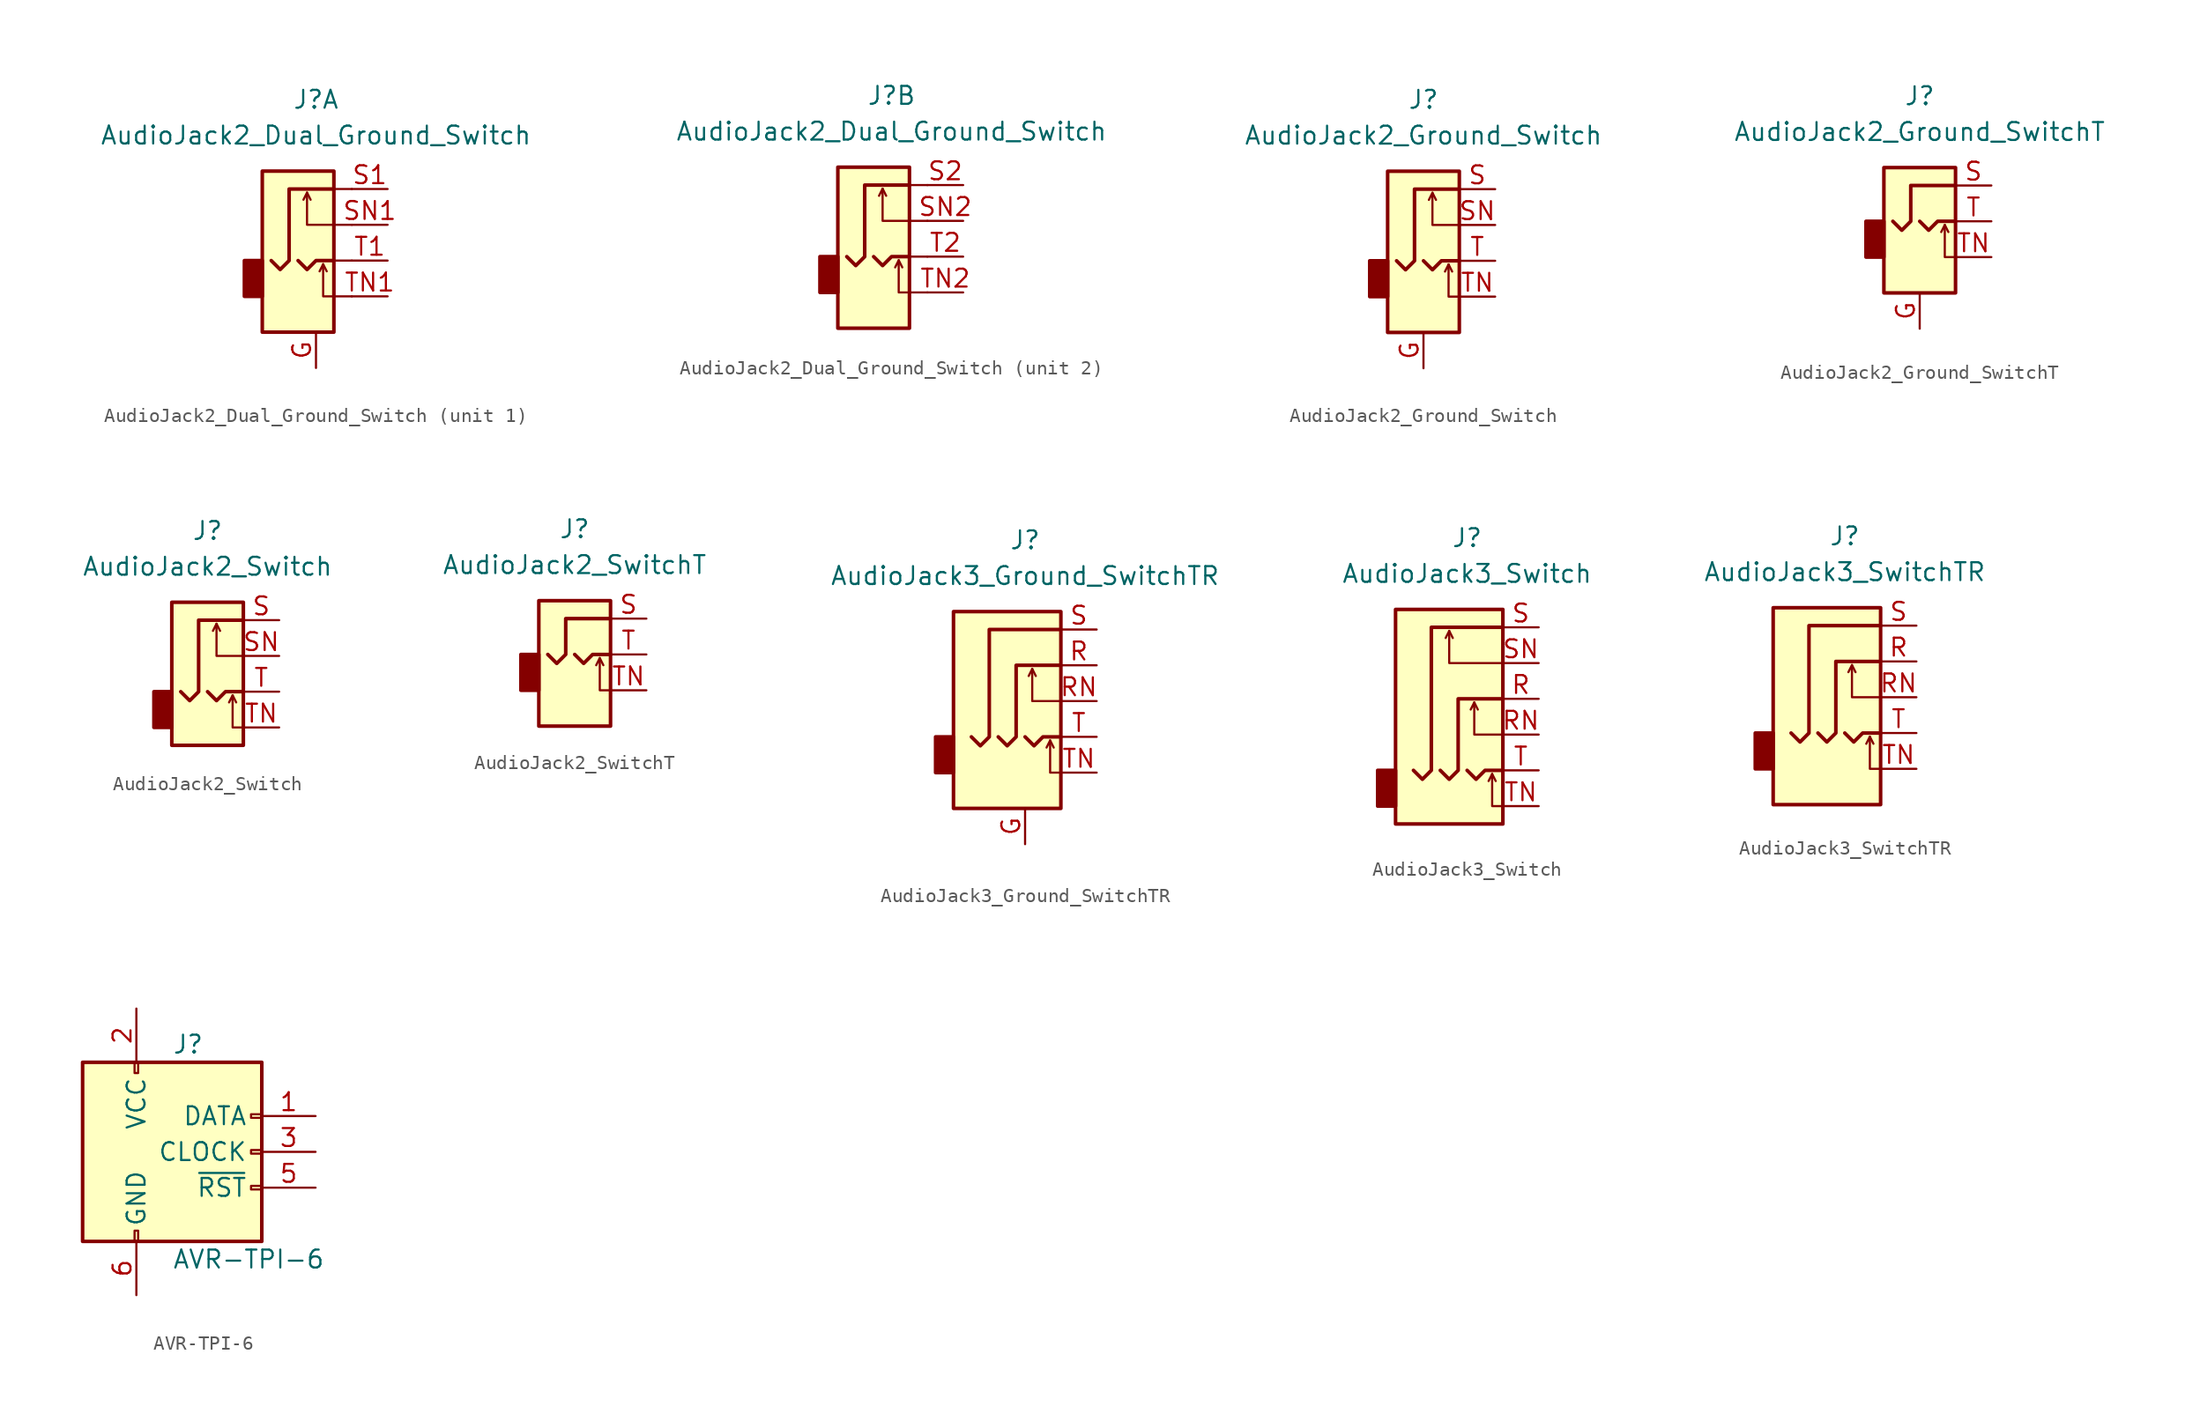
<source format=kicad_sym>
(kicad_symbol_lib
  (version 20201005)
  (generator kicad_symbol_editor)
  (symbol "AudioJack2_Dual_Ground_Switch"
    (property "Reference" "J"
      (at 0 11.43 0)
      (effects (font (size 1.27 1.27))))
    (property "Value" "AudioJack2_Dual_Ground_Switch"
      (at 0 8.89 0)
      (effects (font (size 1.27 1.27))))
    (symbol "AudioJack2_Dual_Ground_Switch_0_1"
      (rectangle (start -5.08 0) (end -3.81 -2.54) (stroke (width 0.254)) (fill (type outline)))
      (rectangle (start 1.27 6.35) (end -3.81 -5.08) (stroke (width 0.254)) (fill (type background)))
      (polyline (pts (xy -0.635 4.826) (xy -0.381 4.318)) (stroke (width 0)) (fill (type none)))
      (polyline (pts (xy 0.508 -0.254) (xy 0.762 -0.762)) (stroke (width 0)) (fill (type none)))
      (polyline (pts (xy 1.27 -2.54) (xy 2.54 -2.54)) (stroke (width 0)) (fill (type none)))
      (polyline (pts (xy 1.27 2.54) (xy 2.54 2.54)) (stroke (width 0)) (fill (type none)))
      (polyline (pts (xy 2.54 0) (xy 1.27 0)) (stroke (width 0)) (fill (type none)))
      (polyline (pts (xy 2.54 5.08) (xy 1.27 5.08)) (stroke (width 0)) (fill (type none)))
      (polyline (pts (xy -1.27 0) (xy -0.635 -0.635) (xy 0 0) (xy 1.27 0)) (stroke (width 0.254)) (fill (type none)))
      (polyline (pts (xy 1.27 -2.54) (xy 0.508 -2.54) (xy 0.508 -0.254) (xy 0.254 -0.762)) (stroke (width 0)) (fill (type none)))
      (polyline (pts (xy 1.27 2.54) (xy -0.635 2.54) (xy -0.635 4.826) (xy -0.889 4.318)) (stroke (width 0)) (fill (type none)))
      (polyline (pts (xy 1.27 5.08) (xy -1.905 5.08) (xy -1.905 0) (xy -2.54 -0.635) (xy -3.175 0)) (stroke (width 0.254)) (fill (type none))))
    (symbol "AudioJack2_Dual_Ground_Switch_1_1"
      (pin passive line (at 0 -7.62 90) (length 2.54) (name "~" (effects (font (size 1.27 1.27)))) (number "G" (effects (font (size 1.27 1.27)))))
      (pin passive line (at 5.08 5.08 180) (length 2.54) (name "~" (effects (font (size 1.27 1.27)))) (number "S1" (effects (font (size 1.27 1.27)))))
      (pin passive line (at 5.08 2.54 180) (length 2.54) (name "~" (effects (font (size 1.27 1.27)))) (number "SN1" (effects (font (size 1.27 1.27)))))
      (pin passive line (at 5.08 0 180) (length 2.54) (name "~" (effects (font (size 1.27 1.27)))) (number "T1" (effects (font (size 1.27 1.27)))))
      (pin passive line (at 5.08 -2.54 180) (length 2.54) (name "~" (effects (font (size 1.27 1.27)))) (number "TN1" (effects (font (size 1.27 1.27))))))
    (symbol "AudioJack2_Dual_Ground_Switch_2_1"
      (pin passive line (at 5.08 5.08 180) (length 2.54) (name "~" (effects (font (size 1.27 1.27)))) (number "S2" (effects (font (size 1.27 1.27)))))
      (pin passive line (at 5.08 2.54 180) (length 2.54) (name "~" (effects (font (size 1.27 1.27)))) (number "SN2" (effects (font (size 1.27 1.27)))))
      (pin passive line (at 5.08 0 180) (length 2.54) (name "~" (effects (font (size 1.27 1.27)))) (number "T2" (effects (font (size 1.27 1.27)))))
      (pin passive line (at 5.08 -2.54 180) (length 2.54) (name "~" (effects (font (size 1.27 1.27)))) (number "TN2" (effects (font (size 1.27 1.27)))))))
  (symbol "AudioJack2_Ground_Switch"
    (property "Reference" "J"
      (at 0 11.43 0)
      (effects (font (size 1.27 1.27))))
    (property "Value" "AudioJack2_Ground_Switch"
      (at 0 8.89 0)
      (effects (font (size 1.27 1.27))))
    (symbol "AudioJack2_Ground_Switch_0_1"
      (rectangle (start -2.54 -2.54) (end -3.81 0) (stroke (width 0.254)) (fill (type outline)))
      (rectangle (start 2.54 6.35) (end -2.54 -5.08) (stroke (width 0.254)) (fill (type background))))
    (symbol "AudioJack2_Ground_Switch_1_1"
      (polyline (pts (xy 0.635 4.826) (xy 0.889 4.318)) (stroke (width 0)) (fill (type none)))
      (polyline (pts (xy 1.778 -0.254) (xy 2.032 -0.762)) (stroke (width 0)) (fill (type none)))
      (polyline (pts (xy 0 0) (xy 0.635 -0.635) (xy 1.27 0) (xy 2.54 0)) (stroke (width 0.254)) (fill (type none)))
      (polyline (pts (xy 2.54 -2.54) (xy 1.778 -2.54) (xy 1.778 -0.254) (xy 1.524 -0.762)) (stroke (width 0)) (fill (type none)))
      (polyline (pts (xy 2.54 2.54) (xy 0.635 2.54) (xy 0.635 4.826) (xy 0.381 4.318)) (stroke (width 0)) (fill (type none)))
      (polyline (pts (xy 2.54 5.08) (xy -0.635 5.08) (xy -0.635 0) (xy -1.27 -0.635) (xy -1.905 0)) (stroke (width 0.254)) (fill (type none)))
      (pin passive line (at 0 -7.62 90) (length 2.54) (name "~" (effects (font (size 1.27 1.27)))) (number "G" (effects (font (size 1.27 1.27)))))
      (pin passive line (at 5.08 5.08 180) (length 2.54) (name "~" (effects (font (size 1.27 1.27)))) (number "S" (effects (font (size 1.27 1.27)))))
      (pin passive line (at 5.08 2.54 180) (length 2.54) (name "~" (effects (font (size 1.27 1.27)))) (number "SN" (effects (font (size 1.27 1.27)))))
      (pin passive line (at 5.08 0 180) (length 2.54) (name "~" (effects (font (size 1.27 1.27)))) (number "T" (effects (font (size 1.27 1.27)))))
      (pin passive line (at 5.08 -2.54 180) (length 2.54) (name "~" (effects (font (size 1.27 1.27)))) (number "TN" (effects (font (size 1.27 1.27)))))))
  (symbol "AudioJack2_Ground_SwitchT"
    (property "Reference" "J"
      (at 0 8.89 0)
      (effects (font (size 1.27 1.27))))
    (property "Value" "AudioJack2_Ground_SwitchT"
      (at 0 6.35 0)
      (effects (font (size 1.27 1.27))))
    (symbol "AudioJack2_Ground_SwitchT_0_1"
      (rectangle (start -2.54 0) (end -3.81 -2.54) (stroke (width 0.254)) (fill (type outline)))
      (rectangle (start 2.54 3.81) (end -2.54 -5.08) (stroke (width 0.254)) (fill (type background)))
      (polyline (pts (xy 1.778 -0.254) (xy 2.032 -0.762)) (stroke (width 0)) (fill (type none)))
      (polyline (pts (xy 0 0) (xy 0.635 -0.635) (xy 1.27 0) (xy 2.54 0)) (stroke (width 0.254)) (fill (type none)))
      (polyline (pts (xy 2.54 -2.54) (xy 1.778 -2.54) (xy 1.778 -0.254) (xy 1.524 -0.762)) (stroke (width 0)) (fill (type none)))
      (polyline (pts (xy 2.54 2.54) (xy -0.635 2.54) (xy -0.635 0) (xy -1.27 -0.635) (xy -1.905 0)) (stroke (width 0.254)) (fill (type none))))
    (symbol "AudioJack2_Ground_SwitchT_1_1"
      (pin passive line (at 0 -7.62 90) (length 2.54) (name "~" (effects (font (size 1.27 1.27)))) (number "G" (effects (font (size 1.27 1.27)))))
      (pin passive line (at 5.08 2.54 180) (length 2.54) (name "~" (effects (font (size 1.27 1.27)))) (number "S" (effects (font (size 1.27 1.27)))))
      (pin passive line (at 5.08 0 180) (length 2.54) (name "~" (effects (font (size 1.27 1.27)))) (number "T" (effects (font (size 1.27 1.27)))))
      (pin passive line (at 5.08 -2.54 180) (length 2.54) (name "~" (effects (font (size 1.27 1.27)))) (number "TN" (effects (font (size 1.27 1.27)))))))
  (symbol "AudioJack2_Switch"
    (property "Reference" "J"
      (at 0 11.43 0)
      (effects (font (size 1.27 1.27))))
    (property "Value" "AudioJack2_Switch"
      (at 0 8.89 0)
      (effects (font (size 1.27 1.27))))
    (symbol "AudioJack2_Switch_0_1"
      (rectangle (start -2.54 0) (end -3.81 -2.54) (stroke (width 0.254)) (fill (type outline)))
      (rectangle (start 2.54 6.35) (end -2.54 -3.81) (stroke (width 0.254)) (fill (type background))))
    (symbol "AudioJack2_Switch_1_1"
      (polyline (pts (xy 0.635 4.826) (xy 0.889 4.318)) (stroke (width 0)) (fill (type none)))
      (polyline (pts (xy 1.778 -0.254) (xy 2.032 -0.762)) (stroke (width 0)) (fill (type none)))
      (polyline (pts (xy 0 0) (xy 0.635 -0.635) (xy 1.27 0) (xy 2.54 0)) (stroke (width 0.254)) (fill (type none)))
      (polyline (pts (xy 2.54 -2.54) (xy 1.778 -2.54) (xy 1.778 -0.254) (xy 1.524 -0.762)) (stroke (width 0)) (fill (type none)))
      (polyline (pts (xy 2.54 2.54) (xy 0.635 2.54) (xy 0.635 4.826) (xy 0.381 4.318)) (stroke (width 0)) (fill (type none)))
      (polyline (pts (xy 2.54 5.08) (xy -0.635 5.08) (xy -0.635 0) (xy -1.27 -0.635) (xy -1.905 0)) (stroke (width 0.254)) (fill (type none)))
      (pin passive line (at 5.08 5.08 180) (length 2.54) (name "~" (effects (font (size 1.27 1.27)))) (number "S" (effects (font (size 1.27 1.27)))))
      (pin passive line (at 5.08 2.54 180) (length 2.54) (name "~" (effects (font (size 1.27 1.27)))) (number "SN" (effects (font (size 1.27 1.27)))))
      (pin passive line (at 5.08 0 180) (length 2.54) (name "~" (effects (font (size 1.27 1.27)))) (number "T" (effects (font (size 1.27 1.27)))))
      (pin passive line (at 5.08 -2.54 180) (length 2.54) (name "~" (effects (font (size 1.27 1.27)))) (number "TN" (effects (font (size 1.27 1.27)))))))
  (symbol "AudioJack2_SwitchT"
    (property "Reference" "J"
      (at 0 8.89 0)
      (effects (font (size 1.27 1.27))))
    (property "Value" "AudioJack2_SwitchT"
      (at 0 6.35 0)
      (effects (font (size 1.27 1.27))))
    (symbol "AudioJack2_SwitchT_0_1"
      (rectangle (start -2.54 0) (end -3.81 -2.54) (stroke (width 0.254)) (fill (type outline)))
      (rectangle (start 2.54 3.81) (end -2.54 -5.08) (stroke (width 0.254)) (fill (type background)))
      (polyline (pts (xy 1.778 -0.254) (xy 2.032 -0.762)) (stroke (width 0)) (fill (type none)))
      (polyline (pts (xy 0 0) (xy 0.635 -0.635) (xy 1.27 0) (xy 2.54 0)) (stroke (width 0.254)) (fill (type none)))
      (polyline (pts (xy 2.54 -2.54) (xy 1.778 -2.54) (xy 1.778 -0.254) (xy 1.524 -0.762)) (stroke (width 0)) (fill (type none)))
      (polyline (pts (xy 2.54 2.54) (xy -0.635 2.54) (xy -0.635 0) (xy -1.27 -0.635) (xy -1.905 0)) (stroke (width 0.254)) (fill (type none))))
    (symbol "AudioJack2_SwitchT_1_1"
      (pin passive line (at 5.08 2.54 180) (length 2.54) (name "~" (effects (font (size 1.27 1.27)))) (number "S" (effects (font (size 1.27 1.27)))))
      (pin passive line (at 5.08 0 180) (length 2.54) (name "~" (effects (font (size 1.27 1.27)))) (number "T" (effects (font (size 1.27 1.27)))))
      (pin passive line (at 5.08 -2.54 180) (length 2.54) (name "~" (effects (font (size 1.27 1.27)))) (number "TN" (effects (font (size 1.27 1.27)))))))
  (symbol "AudioJack3_Ground_SwitchTR"
    (property "Reference" "J"
      (at 0 8.89 0)
      (effects (font (size 1.27 1.27))))
    (property "Value" "AudioJack3_Ground_SwitchTR"
      (at 0 6.35 0)
      (effects (font (size 1.27 1.27))))
    (symbol "AudioJack3_Ground_SwitchTR_0_1"
      (rectangle (start -5.08 -5.08) (end -6.35 -7.62) (stroke (width 0.254)) (fill (type outline)))
      (rectangle (start 2.54 3.81) (end -5.08 -10.16) (stroke (width 0.254)) (fill (type background)))
      (polyline (pts (xy 0.508 -0.254) (xy 0.762 -0.762)) (stroke (width 0)) (fill (type none)))
      (polyline (pts (xy 1.778 -5.334) (xy 2.032 -5.842)) (stroke (width 0)) (fill (type none)))
      (polyline (pts (xy 0 -5.08) (xy 0.635 -5.715) (xy 1.27 -5.08) (xy 2.54 -5.08)) (stroke (width 0.254)) (fill (type none)))
      (polyline (pts (xy 2.54 -7.62) (xy 1.778 -7.62) (xy 1.778 -5.334) (xy 1.524 -5.842)) (stroke (width 0)) (fill (type none)))
      (polyline (pts (xy 2.54 -2.54) (xy 0.508 -2.54) (xy 0.508 -0.254) (xy 0.254 -0.762)) (stroke (width 0)) (fill (type none)))
      (polyline (pts (xy -1.905 -5.08) (xy -1.27 -5.715) (xy -0.635 -5.08) (xy -0.635 0) (xy 2.54 0)) (stroke (width 0.254)) (fill (type none)))
      (polyline (pts (xy 2.54 2.54) (xy -2.54 2.54) (xy -2.54 -5.08) (xy -3.175 -5.715) (xy -3.81 -5.08)) (stroke (width 0.254)) (fill (type none))))
    (symbol "AudioJack3_Ground_SwitchTR_1_1"
      (pin passive line (at 0 -12.7 90) (length 2.54) (name "~" (effects (font (size 1.27 1.27)))) (number "G" (effects (font (size 1.27 1.27)))))
      (pin passive line (at 5.08 0 180) (length 2.54) (name "~" (effects (font (size 1.27 1.27)))) (number "R" (effects (font (size 1.27 1.27)))))
      (pin passive line (at 5.08 -2.54 180) (length 2.54) (name "~" (effects (font (size 1.27 1.27)))) (number "RN" (effects (font (size 1.27 1.27)))))
      (pin passive line (at 5.08 2.54 180) (length 2.54) (name "~" (effects (font (size 1.27 1.27)))) (number "S" (effects (font (size 1.27 1.27)))))
      (pin passive line (at 5.08 -5.08 180) (length 2.54) (name "~" (effects (font (size 1.27 1.27)))) (number "T" (effects (font (size 1.27 1.27)))))
      (pin passive line (at 5.08 -7.62 180) (length 2.54) (name "~" (effects (font (size 1.27 1.27)))) (number "TN" (effects (font (size 1.27 1.27)))))))
  (symbol "AudioJack3_Switch"
    (property "Reference" "J"
      (at 0 11.43 0)
      (effects (font (size 1.27 1.27))))
    (property "Value" "AudioJack3_Switch"
      (at 0 8.89 0)
      (effects (font (size 1.27 1.27))))
    (symbol "AudioJack3_Switch_0_1"
      (rectangle (start -5.08 -5.08) (end -6.35 -7.62) (stroke (width 0.254)) (fill (type outline)))
      (rectangle (start 2.54 6.35) (end -5.08 -8.89) (stroke (width 0.254)) (fill (type background)))
      (polyline (pts (xy -1.27 4.826) (xy -1.016 4.318)) (stroke (width 0)) (fill (type none)))
      (polyline (pts (xy 0.508 -0.254) (xy 0.762 -0.762)) (stroke (width 0)) (fill (type none)))
      (polyline (pts (xy 1.778 -5.334) (xy 2.032 -5.842)) (stroke (width 0)) (fill (type none)))
      (polyline (pts (xy 0 -5.08) (xy 0.635 -5.715) (xy 1.27 -5.08) (xy 2.54 -5.08)) (stroke (width 0.254)) (fill (type none)))
      (polyline (pts (xy 2.54 -7.62) (xy 1.778 -7.62) (xy 1.778 -5.334) (xy 1.524 -5.842)) (stroke (width 0)) (fill (type none)))
      (polyline (pts (xy 2.54 -2.54) (xy 0.508 -2.54) (xy 0.508 -0.254) (xy 0.254 -0.762)) (stroke (width 0)) (fill (type none)))
      (polyline (pts (xy 2.54 2.54) (xy -1.27 2.54) (xy -1.27 4.826) (xy -1.524 4.318)) (stroke (width 0)) (fill (type none)))
      (polyline (pts (xy -1.905 -5.08) (xy -1.27 -5.715) (xy -0.635 -5.08) (xy -0.635 0) (xy 2.54 0)) (stroke (width 0.254)) (fill (type none)))
      (polyline (pts (xy 2.54 5.08) (xy -2.54 5.08) (xy -2.54 -5.08) (xy -3.175 -5.715) (xy -3.81 -5.08)) (stroke (width 0.254)) (fill (type none))))
    (symbol "AudioJack3_Switch_1_1"
      (pin passive line (at 5.08 0 180) (length 2.54) (name "~" (effects (font (size 1.27 1.27)))) (number "R" (effects (font (size 1.27 1.27)))))
      (pin passive line (at 5.08 -2.54 180) (length 2.54) (name "~" (effects (font (size 1.27 1.27)))) (number "RN" (effects (font (size 1.27 1.27)))))
      (pin passive line (at 5.08 5.08 180) (length 2.54) (name "~" (effects (font (size 1.27 1.27)))) (number "S" (effects (font (size 1.27 1.27)))))
      (pin passive line (at 5.08 2.54 180) (length 2.54) (name "~" (effects (font (size 1.27 1.27)))) (number "SN" (effects (font (size 1.27 1.27)))))
      (pin passive line (at 5.08 -5.08 180) (length 2.54) (name "~" (effects (font (size 1.27 1.27)))) (number "T" (effects (font (size 1.27 1.27)))))
      (pin passive line (at 5.08 -7.62 180) (length 2.54) (name "~" (effects (font (size 1.27 1.27)))) (number "TN" (effects (font (size 1.27 1.27)))))))
  (symbol "AudioJack3_SwitchTR"
    (property "Reference" "J"
      (at 0 8.89 0)
      (effects (font (size 1.27 1.27))))
    (property "Value" "AudioJack3_SwitchTR"
      (at 0 6.35 0)
      (effects (font (size 1.27 1.27))))
    (symbol "AudioJack3_SwitchTR_0_1"
      (rectangle (start -5.08 -5.08) (end -6.35 -7.62) (stroke (width 0.254)) (fill (type outline)))
      (rectangle (start 2.54 3.81) (end -5.08 -10.16) (stroke (width 0.254)) (fill (type background)))
      (polyline (pts (xy 0.508 -0.254) (xy 0.762 -0.762)) (stroke (width 0)) (fill (type none)))
      (polyline (pts (xy 1.778 -5.334) (xy 2.032 -5.842)) (stroke (width 0)) (fill (type none)))
      (polyline (pts (xy 0 -5.08) (xy 0.635 -5.715) (xy 1.27 -5.08) (xy 2.54 -5.08)) (stroke (width 0.254)) (fill (type none)))
      (polyline (pts (xy 2.54 -7.62) (xy 1.778 -7.62) (xy 1.778 -5.334) (xy 1.524 -5.842)) (stroke (width 0)) (fill (type none)))
      (polyline (pts (xy 2.54 -2.54) (xy 0.508 -2.54) (xy 0.508 -0.254) (xy 0.254 -0.762)) (stroke (width 0)) (fill (type none)))
      (polyline (pts (xy -1.905 -5.08) (xy -1.27 -5.715) (xy -0.635 -5.08) (xy -0.635 0) (xy 2.54 0)) (stroke (width 0.254)) (fill (type none)))
      (polyline (pts (xy 2.54 2.54) (xy -2.54 2.54) (xy -2.54 -5.08) (xy -3.175 -5.715) (xy -3.81 -5.08)) (stroke (width 0.254)) (fill (type none))))
    (symbol "AudioJack3_SwitchTR_1_1"
      (pin passive line (at 5.08 0 180) (length 2.54) (name "~" (effects (font (size 1.27 1.27)))) (number "R" (effects (font (size 1.27 1.27)))))
      (pin passive line (at 5.08 -2.54 180) (length 2.54) (name "~" (effects (font (size 1.27 1.27)))) (number "RN" (effects (font (size 1.27 1.27)))))
      (pin passive line (at 5.08 2.54 180) (length 2.54) (name "~" (effects (font (size 1.27 1.27)))) (number "S" (effects (font (size 1.27 1.27)))))
      (pin passive line (at 5.08 -5.08 180) (length 2.54) (name "~" (effects (font (size 1.27 1.27)))) (number "T" (effects (font (size 1.27 1.27)))))
      (pin passive line (at 5.08 -7.62 180) (length 2.54) (name "~" (effects (font (size 1.27 1.27)))) (number "TN" (effects (font (size 1.27 1.27)))))))
  (symbol "AVR-TPI-6"
    (pin_names
      (offset 1.016))
    (property "Reference" "J"
      (at 0 7.62 0)
      (effects (font (size 1.27 1.27)) (justify left)))
    (property "Value" "AVR-TPI-6"
      (at 0 -7.62 0)
      (effects (font (size 1.27 1.27)) (justify left)))
    (symbol "AVR-TPI-6_0_1"
      (rectangle (start -2.667 -5.588) (end -2.413 -6.35) (stroke (width 0)) (fill (type none)))
      (rectangle (start -2.667 6.35) (end -2.413 5.588) (stroke (width 0)) (fill (type none)))
      (rectangle (start 6.35 -2.413) (end 5.588 -2.667) (stroke (width 0)) (fill (type none)))
      (rectangle (start 6.35 0.127) (end 5.588 -0.127) (stroke (width 0)) (fill (type none)))
      (rectangle (start 6.35 2.667) (end 5.588 2.413) (stroke (width 0)) (fill (type none)))
      (rectangle (start 6.35 6.35) (end -6.35 -6.35) (stroke (width 0.254)) (fill (type background))))
    (symbol "AVR-TPI-6_1_1"
      (pin passive line (at 10.16 2.54 180) (length 3.81) (name "DATA" (effects (font (size 1.27 1.27)))) (number "1" (effects (font (size 1.27 1.27)))))
      (pin power_in line (at -2.54 10.16 270) (length 3.81) (name "VCC" (effects (font (size 1.27 1.27)))) (number "2" (effects (font (size 1.27 1.27)))))
      (pin passive line (at 10.16 0 180) (length 3.81) (name "CLOCK" (effects (font (size 1.27 1.27)))) (number "3" (effects (font (size 1.27 1.27)))))
      (pin no_connect line (at 5.08 -5.08 180) (length 3.81) hide (name "NC" (effects (font (size 1.27 1.27)))) (number "4" (effects (font (size 1.27 1.27)))))
      (pin passive line (at 10.16 -2.54 180) (length 3.81) (name "~RST" (effects (font (size 1.27 1.27)))) (number "5" (effects (font (size 1.27 1.27)))))
      (pin power_in line (at -2.54 -10.16 90) (length 3.81) (name "GND" (effects (font (size 1.27 1.27)))) (number "6" (effects (font (size 1.27 1.27))))))))
</source>
